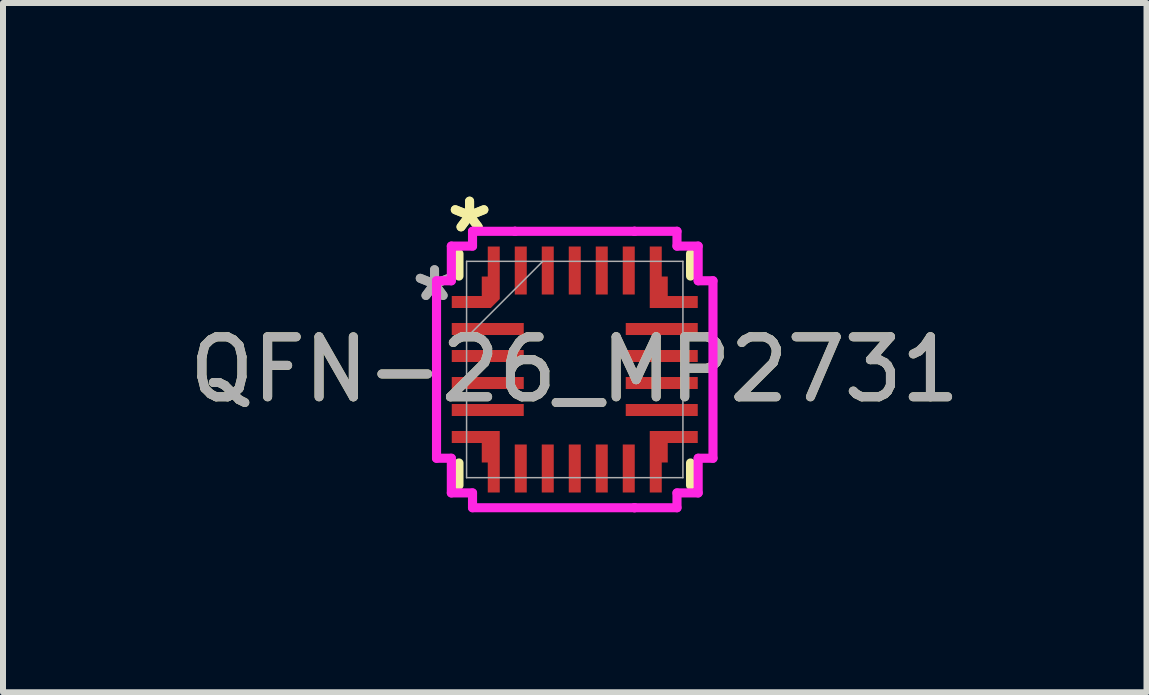
<source format=kicad_pcb>
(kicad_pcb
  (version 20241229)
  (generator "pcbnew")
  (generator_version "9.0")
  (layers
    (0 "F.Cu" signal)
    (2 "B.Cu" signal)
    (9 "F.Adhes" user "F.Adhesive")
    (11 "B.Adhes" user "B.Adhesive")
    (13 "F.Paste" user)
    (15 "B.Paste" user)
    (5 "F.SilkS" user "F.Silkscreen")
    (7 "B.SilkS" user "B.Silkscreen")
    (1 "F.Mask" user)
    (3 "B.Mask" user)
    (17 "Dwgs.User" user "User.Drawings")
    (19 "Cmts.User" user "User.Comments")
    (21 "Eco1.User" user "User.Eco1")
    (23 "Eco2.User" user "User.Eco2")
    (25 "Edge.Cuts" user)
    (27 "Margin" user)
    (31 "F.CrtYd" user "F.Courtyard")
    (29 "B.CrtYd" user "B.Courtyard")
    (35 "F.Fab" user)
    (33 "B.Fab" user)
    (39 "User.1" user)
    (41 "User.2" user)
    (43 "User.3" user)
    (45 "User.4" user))
  (footprint "QFN-26_MP2731"
    (layer "F.Cu")
    (at 6.53 3.109)
    (property "Reference" "QFN-26_MP2731" (at 0 0 0) (unlocked yes) (layer "F.SilkS") (effects (font (size 1 1) (thickness 0.15))))
    (attr smd)
    (fp_poly (pts (xy -2.05 1.025) (xy -2.05 1.225) (xy -1.55 1.225) (xy -1.55 1.55) (xy -1.45 1.55) (xy -1.45 2.05) (xy -1.25 2.05) (xy -1.25 1.025)) (stroke (width 0) (type solid)) (fill yes) (layer "F.Cu"))
    (fp_poly (pts (xy 2.05 -1.025) (xy 2.05 -1.225) (xy 1.55 -1.225) (xy 1.55 -1.55) (xy 1.45 -1.55) (xy 1.45 -2.05) (xy 1.25 -2.05) (xy 1.25 -1.025)) (stroke (width 0) (type solid)) (fill yes) (layer "F.Cu"))
    (fp_poly (pts (xy 2.05 1.025) (xy 2.05 1.225) (xy 1.55 1.225) (xy 1.55 1.55) (xy 1.45 1.55) (xy 1.45 2.05) (xy 1.25 2.05) (xy 1.25 1.025)) (stroke (width 0) (type solid)) (fill yes) (layer "F.Cu"))
    (fp_poly (pts (xy -1.45 -2.05) (xy -1.25 -2.05) (xy -1.25 -1.175) (xy -1.4 -1.025) (xy -2.05 -1.025) (xy -2.05 -1.225) (xy -1.55 -1.225) (xy -1.55 -1.55) (xy -1.45 -1.55)) (stroke (width 0) (type solid)) (fill yes) (layer "F.Cu"))
    (fp_poly (pts (xy -2.05 1.025) (xy -2.05 1.225) (xy -1.55 1.225) (xy -1.55 1.55) (xy -1.45 1.55) (xy -1.45 2.05) (xy -1.25 2.05) (xy -1.25 1.025)) (stroke (width 0) (type solid)) (fill yes) (layer "F.Mask"))
    (fp_poly (pts (xy 2.05 -1.025) (xy 2.05 -1.225) (xy 1.55 -1.225) (xy 1.55 -1.55) (xy 1.45 -1.55) (xy 1.45 -2.05) (xy 1.25 -2.05) (xy 1.25 -1.025)) (stroke (width 0) (type solid)) (fill yes) (layer "F.Mask"))
    (fp_poly (pts (xy 2.05 1.025) (xy 2.05 1.225) (xy 1.55 1.225) (xy 1.55 1.55) (xy 1.45 1.55) (xy 1.45 2.05) (xy 1.25 2.05) (xy 1.25 1.025)) (stroke (width 0) (type solid)) (fill yes) (layer "F.Mask"))
    (fp_poly (pts (xy -1.45 -2.05) (xy -1.25 -2.05) (xy -1.25 -1.175) (xy -1.4 -1.025) (xy -2.05 -1.025) (xy -2.05 -1.225) (xy -1.55 -1.225) (xy -1.55 -1.55) (xy -1.45 -1.55)) (stroke (width 0) (type solid)) (fill yes) (layer "F.Mask"))
    (fp_line (start -1.93 -1.558) (end -1.93 -1.93) (stroke (width 0.152) (type solid)) (layer "F.SilkS"))
    (fp_line (start -1.93 1.93) (end -1.93 1.558) (stroke (width 0.152) (type solid)) (layer "F.SilkS"))
    (fp_line (start 1.93 -1.93) (end 1.93 -1.558) (stroke (width 0.152) (type solid)) (layer "F.SilkS"))
    (fp_line (start 1.93 1.558) (end 1.93 1.93) (stroke (width 0.152) (type solid)) (layer "F.SilkS"))
    (fp_poly (pts (xy -2.05 1.025) (xy -2.05 1.225) (xy -1.55 1.225) (xy -1.55 1.55) (xy -1.45 1.55) (xy -1.45 2.05) (xy -1.25 2.05) (xy -1.25 1.025)) (stroke (width 0) (type solid)) (fill yes) (layer "F.Paste"))
    (fp_poly (pts (xy 2.05 -1.025) (xy 2.05 -1.225) (xy 1.55 -1.225) (xy 1.55 -1.55) (xy 1.45 -1.55) (xy 1.45 -2.05) (xy 1.25 -2.05) (xy 1.25 -1.025)) (stroke (width 0) (type solid)) (fill yes) (layer "F.Paste"))
    (fp_poly (pts (xy 2.05 1.025) (xy 2.05 1.225) (xy 1.55 1.225) (xy 1.55 1.55) (xy 1.45 1.55) (xy 1.45 2.05) (xy 1.25 2.05) (xy 1.25 1.025)) (stroke (width 0) (type solid)) (fill yes) (layer "F.Paste"))
    (fp_poly (pts (xy -1.45 -2.05) (xy -1.25 -2.05) (xy -1.25 -1.175) (xy -1.4 -1.025) (xy -2.05 -1.025) (xy -2.05 -1.225) (xy -1.55 -1.225) (xy -1.55 -1.55) (xy -1.45 -1.55)) (stroke (width 0) (type solid)) (fill yes) (layer "F.Paste"))
    (fp_line (start -2.304 -1.479) (end -2.304 1.479) (stroke (width 0.152) (type solid)) (layer "F.CrtYd"))
    (fp_line (start -2.304 1.479) (end -2.057 1.479) (stroke (width 0.152) (type solid)) (layer "F.CrtYd"))
    (fp_line (start -2.057 -2.057) (end -2.057 -1.479) (stroke (width 0.152) (type solid)) (layer "F.CrtYd"))
    (fp_line (start -2.057 -1.479) (end -2.304 -1.479) (stroke (width 0.152) (type solid)) (layer "F.CrtYd"))
    (fp_line (start -2.057 1.479) (end -2.057 2.057) (stroke (width 0.152) (type solid)) (layer "F.CrtYd"))
    (fp_line (start -2.057 2.057) (end -1.704 2.057) (stroke (width 0.152) (type solid)) (layer "F.CrtYd"))
    (fp_line (start -1.704 -2.304) (end -1.704 -2.057) (stroke (width 0.152) (type solid)) (layer "F.CrtYd"))
    (fp_line (start -1.704 -2.057) (end -2.057 -2.057) (stroke (width 0.152) (type solid)) (layer "F.CrtYd"))
    (fp_line (start -1.704 2.057) (end -1.704 2.304) (stroke (width 0.152) (type solid)) (layer "F.CrtYd"))
    (fp_line (start -1.704 2.304) (end 0.996 2.304) (stroke (width 0.152) (type solid)) (layer "F.CrtYd"))
    (fp_line (start -0.996 -2.304) (end -1.704 -2.304) (stroke (width 0.152) (type solid)) (layer "F.CrtYd"))
    (fp_line (start -0.996 -2.304) (end -0.996 -2.304) (stroke (width 0.152) (type solid)) (layer "F.CrtYd"))
    (fp_line (start 0.996 -2.304) (end 0.996 -2.304) (stroke (width 0.152) (type solid)) (layer "F.CrtYd"))
    (fp_line (start 0.996 -2.304) (end -0.996 -2.304) (stroke (width 0.152) (type solid)) (layer "F.CrtYd"))
    (fp_line (start 0.996 2.304) (end 0.996 2.304) (stroke (width 0.152) (type solid)) (layer "F.CrtYd"))
    (fp_line (start 0.996 2.304) (end 1.704 2.304) (stroke (width 0.152) (type solid)) (layer "F.CrtYd"))
    (fp_line (start 1.704 -2.304) (end 0.996 -2.304) (stroke (width 0.152) (type solid)) (layer "F.CrtYd"))
    (fp_line (start 1.704 -2.057) (end 1.704 -2.304) (stroke (width 0.152) (type solid)) (layer "F.CrtYd"))
    (fp_line (start 1.704 2.057) (end 2.057 2.057) (stroke (width 0.152) (type solid)) (layer "F.CrtYd"))
    (fp_line (start 1.704 2.304) (end 1.704 2.057) (stroke (width 0.152) (type solid)) (layer "F.CrtYd"))
    (fp_line (start 2.057 -2.057) (end 1.704 -2.057) (stroke (width 0.152) (type solid)) (layer "F.CrtYd"))
    (fp_line (start 2.057 -1.479) (end 2.057 -2.057) (stroke (width 0.152) (type solid)) (layer "F.CrtYd"))
    (fp_line (start 2.057 1.479) (end 2.304 1.479) (stroke (width 0.152) (type solid)) (layer "F.CrtYd"))
    (fp_line (start 2.057 2.057) (end 2.057 1.479) (stroke (width 0.152) (type solid)) (layer "F.CrtYd"))
    (fp_line (start 2.304 -1.479) (end 2.057 -1.479) (stroke (width 0.152) (type solid)) (layer "F.CrtYd"))
    (fp_line (start 2.304 1.479) (end 2.304 -1.479) (stroke (width 0.152) (type solid)) (layer "F.CrtYd"))
    (fp_line (start -1.803 -1.803) (end -1.803 1.803) (stroke (width 0.025) (type solid)) (layer "F.Fab"))
    (fp_line (start -1.803 -0.533) (end -0.533 -1.803) (stroke (width 0.025) (type solid)) (layer "F.Fab"))
    (fp_line (start -1.803 1.803) (end 1.803 1.803) (stroke (width 0.025) (type solid)) (layer "F.Fab"))
    (fp_line (start 1.803 -1.803) (end -1.803 -1.803) (stroke (width 0.025) (type solid)) (layer "F.Fab"))
    (fp_line (start 1.803 1.803) (end 1.803 -1.803) (stroke (width 0.025) (type solid)) (layer "F.Fab"))
    (fp_text user "*" (at -1.753 -2.261 0) (layer "F.SilkS") (effects (font (size 1 1) (thickness 0.15))))
    (fp_text user "*" (at -1.753 -2.261 0) (unlocked yes) (layer "F.SilkS") (effects (font (size 1 1) (thickness 0.15))))
    (fp_text user "${REFERENCE}" (at 0 0 0) (unlocked yes) (layer "F.Fab") (effects (font (size 1 1) (thickness 0.15))))
    (fp_text user "*" (at -2.337 -1.118 0) (layer "F.Fab") (effects (font (size 1 1) (thickness 0.15))))
    (fp_text user "*" (at -2.337 -1.118 0) (unlocked yes) (layer "F.Fab") (effects (font (size 1 1) (thickness 0.15))))
    (pad "1" smd rect (at -1.65 -1.125) (size 0.127 0.127) (layers "F.Cu" "F.Mask" "F.Paste"))
    (pad "2" smd rect (at -1.45 -0.675) (size 1.2 0.2) (layers "F.Cu" "F.Mask" "F.Paste"))
    (pad "3" smd rect (at -1.45 -0.225) (size 1.2 0.2) (layers "F.Cu" "F.Mask" "F.Paste"))
    (pad "4" smd rect (at -1.45 0.225) (size 1.2 0.2) (layers "F.Cu" "F.Mask" "F.Paste"))
    (pad "5" smd rect (at -1.45 0.675) (size 1.2 0.2) (layers "F.Cu" "F.Mask" "F.Paste"))
    (pad "6" smd rect (at -1.65 1.125) (size 0.127 0.127) (layers "F.Cu" "F.Mask" "F.Paste"))
    (pad "7" smd rect (at -1.35 1.65 90) (size 0.127 0.127) (layers "F.Cu" "F.Mask" "F.Paste"))
    (pad "8" smd rect (at -0.9 1.65 90) (size 0.8 0.2) (layers "F.Cu" "F.Mask" "F.Paste"))
    (pad "9" smd rect (at -0.45 1.65 90) (size 0.8 0.2) (layers "F.Cu" "F.Mask" "F.Paste"))
    (pad "10" smd rect (at 0 1.65 90) (size 0.8 0.2) (layers "F.Cu" "F.Mask" "F.Paste"))
    (pad "11" smd rect (at 0.45 1.65 90) (size 0.8 0.2) (layers "F.Cu" "F.Mask" "F.Paste"))
    (pad "12" smd rect (at 0.9 1.65 90) (size 0.8 0.2) (layers "F.Cu" "F.Mask" "F.Paste"))
    (pad "13" smd rect (at 1.35 1.65 90) (size 0.127 0.127) (layers "F.Cu" "F.Mask" "F.Paste"))
    (pad "14" smd rect (at 1.65 1.125) (size 0.127 0.127) (layers "F.Cu" "F.Mask" "F.Paste"))
    (pad "15" smd rect (at 1.45 0.675) (size 1.2 0.2) (layers "F.Cu" "F.Mask" "F.Paste"))
    (pad "16" smd rect (at 1.45 0.225) (size 1.2 0.2) (layers "F.Cu" "F.Mask" "F.Paste"))
    (pad "17" smd rect (at 1.45 -0.225) (size 1.2 0.2) (layers "F.Cu" "F.Mask" "F.Paste"))
    (pad "18" smd rect (at 1.45 -0.675) (size 1.2 0.2) (layers "F.Cu" "F.Mask" "F.Paste"))
    (pad "19" smd rect (at 1.65 -1.125) (size 0.127 0.127) (layers "F.Cu" "F.Mask" "F.Paste"))
    (pad "20" smd rect (at 1.35 -1.65 90) (size 0.127 0.127) (layers "F.Cu" "F.Mask" "F.Paste"))
    (pad "21" smd rect (at 0.9 -1.65 90) (size 0.8 0.2) (layers "F.Cu" "F.Mask" "F.Paste"))
    (pad "22" smd rect (at 0.45 -1.65 90) (size 0.8 0.2) (layers "F.Cu" "F.Mask" "F.Paste"))
    (pad "23" smd rect (at 0 -1.65 90) (size 0.8 0.2) (layers "F.Cu" "F.Mask" "F.Paste"))
    (pad "24" smd rect (at -0.45 -1.65 90) (size 0.8 0.2) (layers "F.Cu" "F.Mask" "F.Paste"))
    (pad "25" smd rect (at -0.9 -1.65 90) (size 0.8 0.2) (layers "F.Cu" "F.Mask" "F.Paste"))
    (pad "26" smd rect (at -1.35 -1.65 90) (size 0.127 0.127) (layers "F.Cu" "F.Mask" "F.Paste")))
  (gr_rect
    (start -3 -3)
    (end 16.06 8.489)
    (stroke (width 0.1) (type default))
    (fill no)
    (layer "Edge.Cuts")))
</source>
